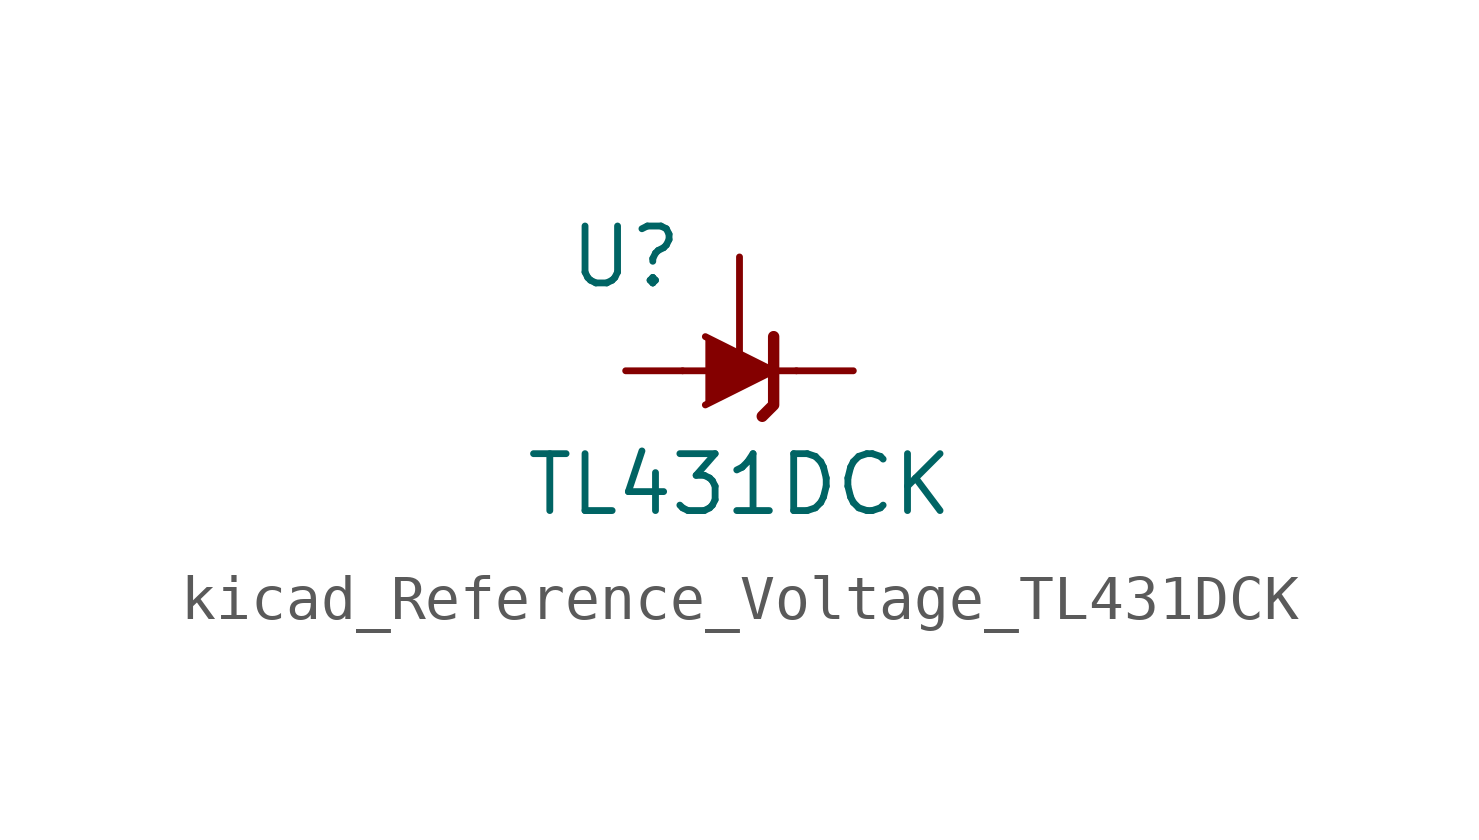
<source format=kicad_sym>
(kicad_symbol_lib
  (version 20220914)
  (generator kicad_symbol_editor)
  (symbol "kicad_Reference_Voltage_TL431DCK"
    (pin_numbers hide)
    (pin_names hide)
    (property "Reference" "U"
      (at -2.54 2.54 0)
      (effects (font (size 1.27 1.27))))
    (property "Value" "TL431DCK"
      (at 0 -2.54 0)
      (effects (font (size 1.27 1.27))))
    (symbol "kicad_Reference_Voltage_TL431DCK_0_1"
      (polyline (pts (xy -1.27 0) (xy 0 0) (xy 1.27 0)) (stroke (width 0) (type default)) (fill (type none)))
      (polyline (pts (xy -0.762 0.762) (xy 0.762 0) (xy -0.762 -0.762)) (stroke (width 0) (type default)) (fill (type outline)))
      (polyline (pts (xy 0.508 -1.016) (xy 0.762 -0.762) (xy 0.762 0.762) (xy 0.762 0.762)) (stroke (width 0.254) (type default)) (fill (type none))))
    (symbol "kicad_Reference_Voltage_TL431DCK_1_1"
      (pin passive line (at 2.54 0 180) (length 1.27) (name "K" (effects (font (size 1.27 1.27)))) (number "1" (effects (font (size 1.27 1.27)))))
      (pin passive line (at 0 2.54 270) (length 2.54) (name "REF" (effects (font (size 1.27 1.27)))) (number "3" (effects (font (size 1.27 1.27)))))
      (pin passive line (at -2.54 0 0) (length 1.27) (name "A" (effects (font (size 1.27 1.27)))) (number "6" (effects (font (size 1.27 1.27))))))))
</source>
